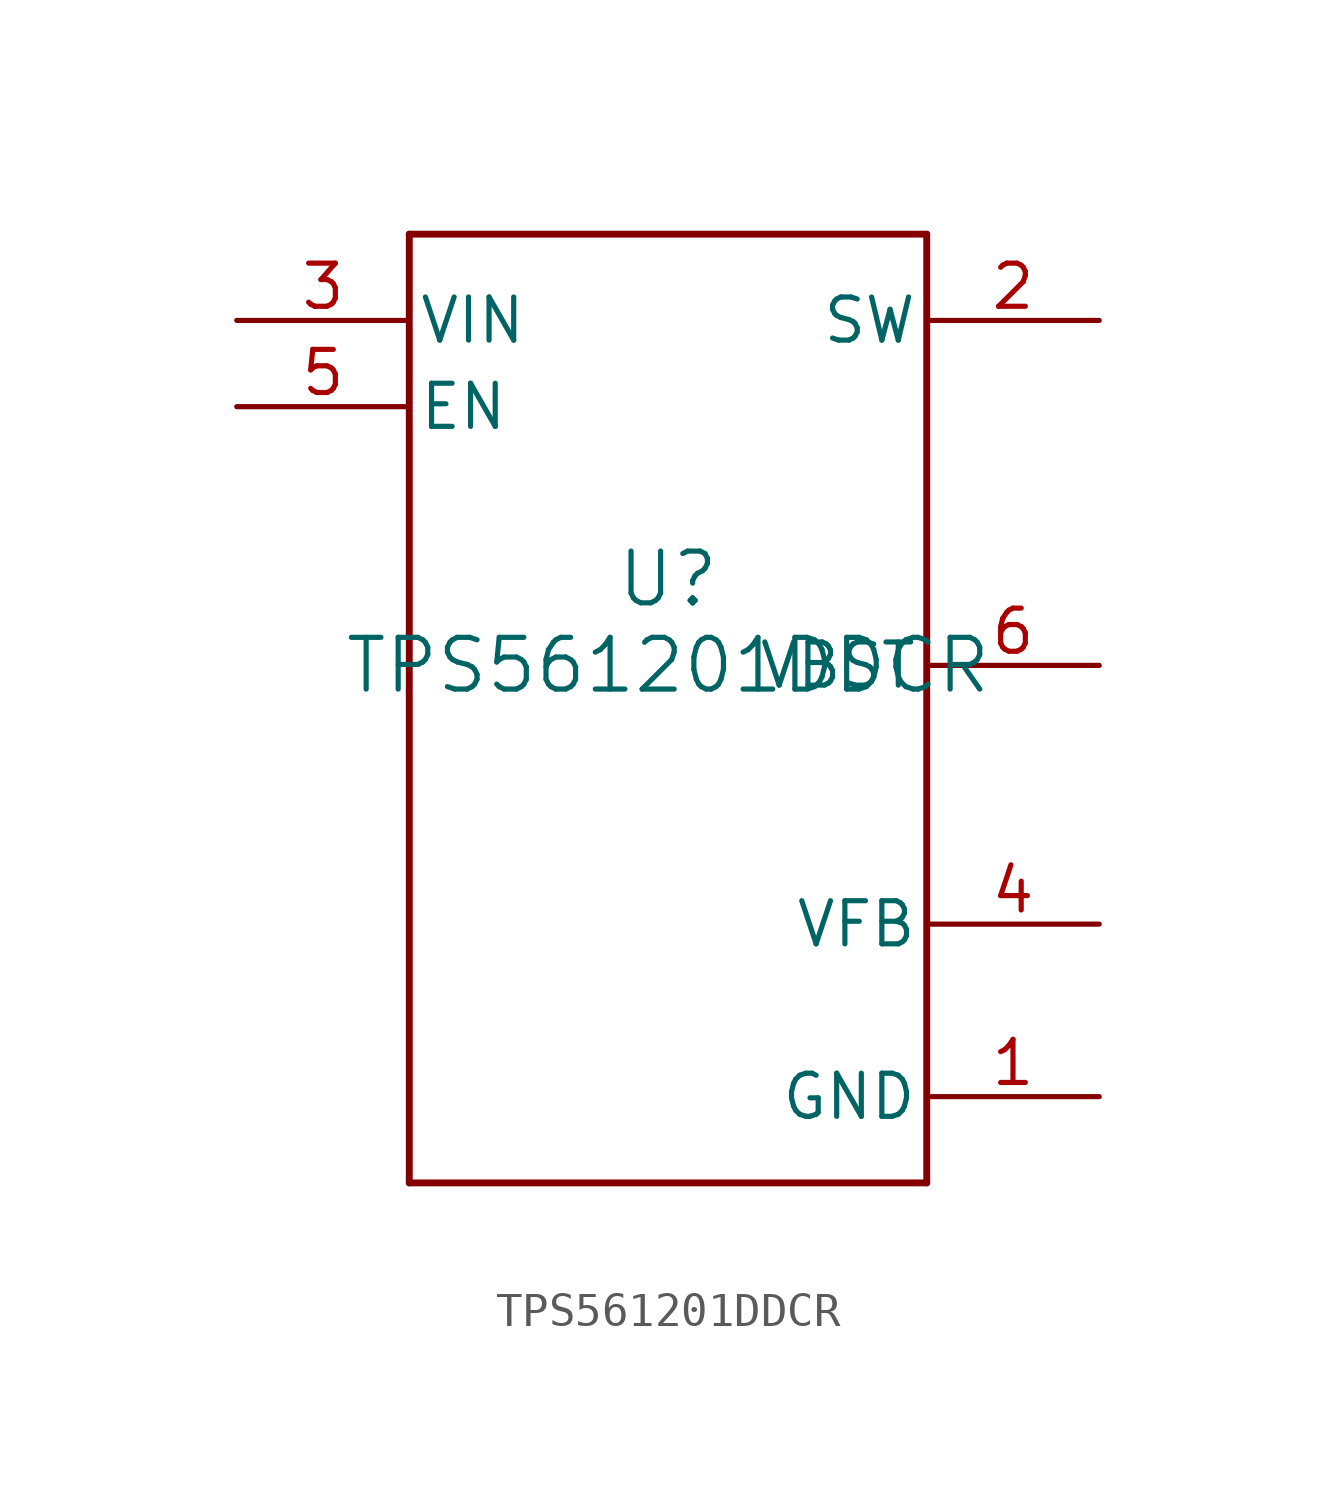
<source format=kicad_sym>
(kicad_symbol_lib
  (version 20231120)
  (generator "kicad_symbol_editor")
  (generator_version "8.0")
  (symbol "TPS561201DDCR"
    (pin_names
      (offset 0.254))
    (property "Reference" "U"
      (at 0 2.54 0)
      (effects (font (size 1.524 1.524))))
    (property "Value" "TPS561201DDCR"
      (at 0 0 0)
      (effects (font (size 1.524 1.524))))
    (symbol "TPS561201DDCR_0_1"
      (polyline (pts (xy -7.62 -15.24) (xy 7.62 -15.24)) (stroke (width 0.203) (type default)) (fill (type none)))
      (polyline (pts (xy -7.62 12.7) (xy -7.62 -15.24)) (stroke (width 0.203) (type default)) (fill (type none)))
      (polyline (pts (xy 7.62 -15.24) (xy 7.62 12.7)) (stroke (width 0.203) (type default)) (fill (type none)))
      (polyline (pts (xy 7.62 12.7) (xy -7.62 12.7)) (stroke (width 0.203) (type default)) (fill (type none)))
      (pin power_in line (at 12.7 -12.7 180) (length 5.08) (name "GND" (effects (font (size 1.27 1.27)))) (number "1" (effects (font (size 1.27 1.27)))))
      (pin power_in line (at -12.7 10.16 0) (length 5.08) (name "VIN" (effects (font (size 1.27 1.27)))) (number "3" (effects (font (size 1.27 1.27)))))
      (pin input line (at 12.7 -7.62 180) (length 5.08) (name "VFB" (effects (font (size 1.27 1.27)))) (number "4" (effects (font (size 1.27 1.27)))))
      (pin input line (at -12.7 7.62 0) (length 5.08) (name "EN" (effects (font (size 1.27 1.27)))) (number "5" (effects (font (size 1.27 1.27))))))
    (symbol "TPS561201DDCR_1_1"
      (pin power_out line (at 12.7 10.16 180) (length 5.08) (name "SW" (effects (font (size 1.27 1.27)))) (number "2" (effects (font (size 1.27 1.27)))))
      (pin input line (at 12.7 0 180) (length 5.08) (name "VBST" (effects (font (size 1.27 1.27)))) (number "6" (effects (font (size 1.27 1.27))))))))
</source>
